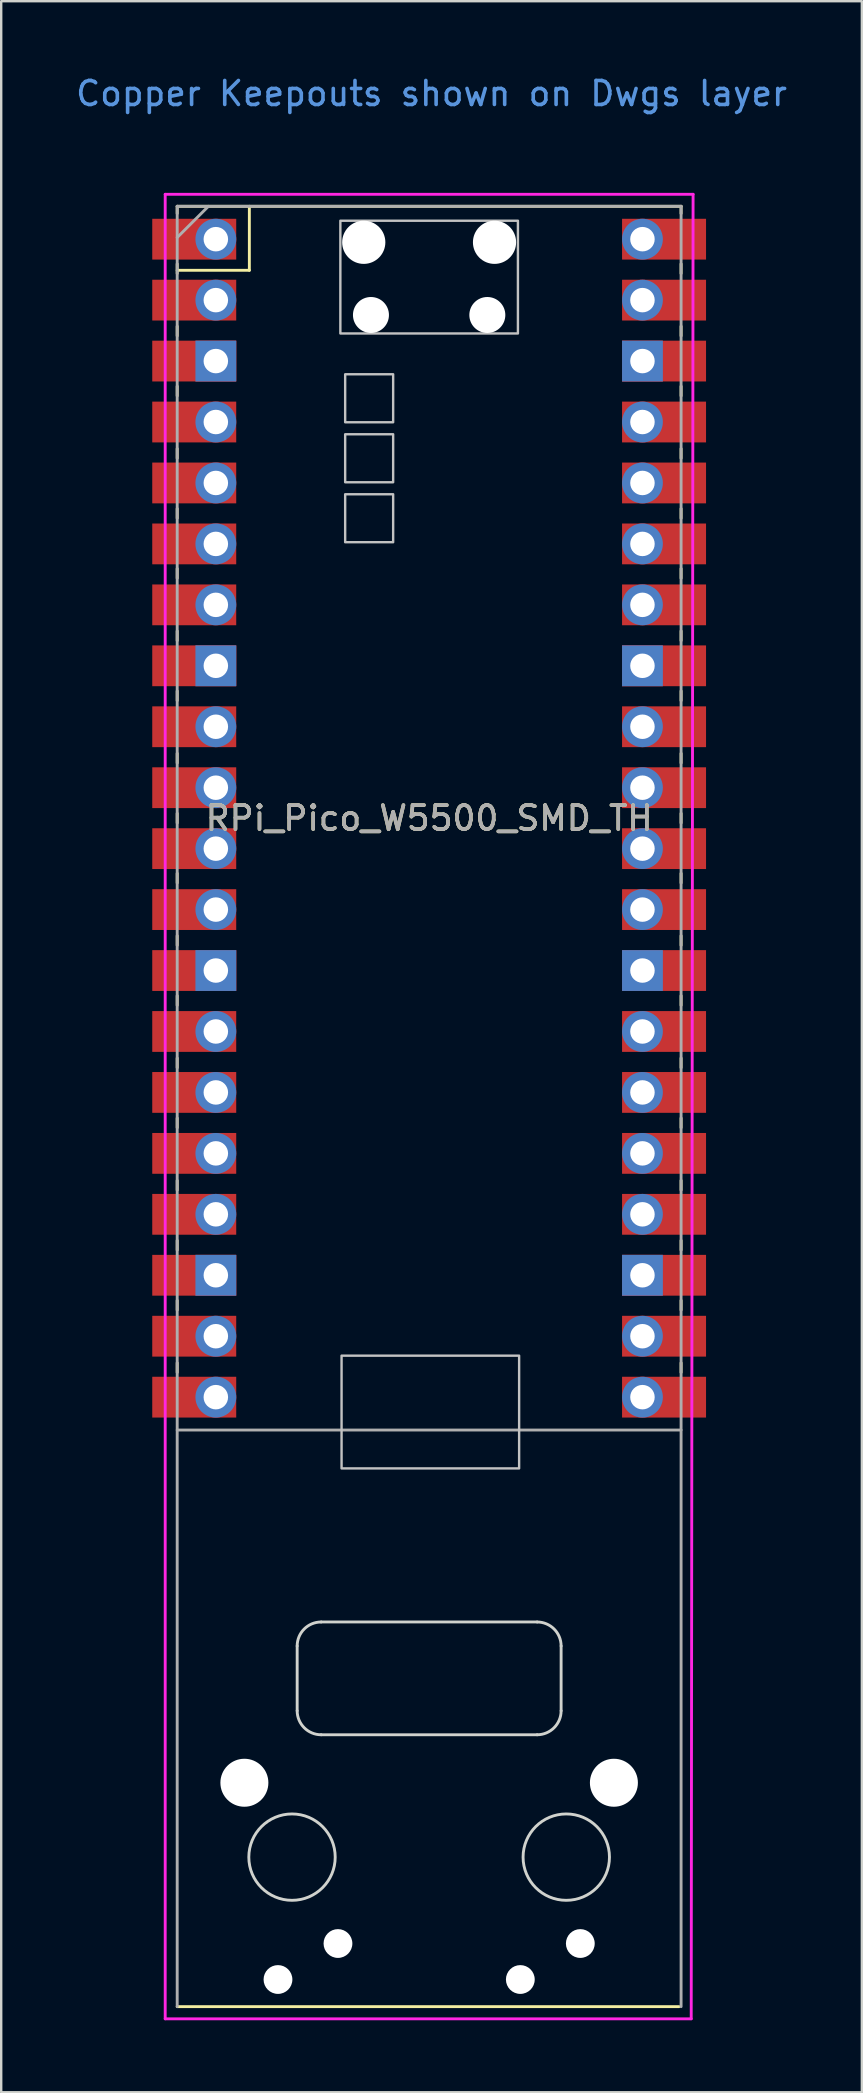
<source format=kicad_pcb>
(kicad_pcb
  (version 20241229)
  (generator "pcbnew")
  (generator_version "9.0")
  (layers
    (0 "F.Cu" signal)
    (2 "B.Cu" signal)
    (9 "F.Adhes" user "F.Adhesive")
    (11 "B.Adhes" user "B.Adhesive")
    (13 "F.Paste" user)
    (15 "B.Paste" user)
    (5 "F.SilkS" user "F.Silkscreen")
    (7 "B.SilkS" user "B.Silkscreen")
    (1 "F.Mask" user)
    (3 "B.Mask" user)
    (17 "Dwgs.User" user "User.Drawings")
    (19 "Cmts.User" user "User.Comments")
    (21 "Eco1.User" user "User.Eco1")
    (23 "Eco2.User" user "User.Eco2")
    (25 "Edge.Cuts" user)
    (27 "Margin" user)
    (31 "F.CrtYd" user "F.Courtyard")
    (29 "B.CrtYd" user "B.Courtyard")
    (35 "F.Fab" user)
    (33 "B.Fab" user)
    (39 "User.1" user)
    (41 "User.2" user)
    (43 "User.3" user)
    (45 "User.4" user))
  (footprint "RPi_Pico_W5500_SMD_TH"
    (layer "F.Cu")
    (at 14.835 31.048)
    (property "Reference" "RPi_Pico_W5500_SMD_TH" (at 0 0 0) (layer "F.SilkS") (effects (font (size 1 1) (thickness 0.15))))
    (attr smd)
    (fp_line (start -10.5 -25.5) (end -10.5 -25.2) (stroke (width 0.12) (type solid)) (layer "F.SilkS"))
    (fp_line (start -10.5 -25.5) (end 10.5 -25.5) (stroke (width 0.12) (type solid)) (layer "F.SilkS"))
    (fp_line (start -10.5 -23.1) (end -10.5 -22.7) (stroke (width 0.12) (type solid)) (layer "F.SilkS"))
    (fp_line (start -10.5 -22.833) (end -7.493 -22.833) (stroke (width 0.12) (type solid)) (layer "F.SilkS"))
    (fp_line (start -10.5 -20.5) (end -10.5 -20.1) (stroke (width 0.12) (type solid)) (layer "F.SilkS"))
    (fp_line (start -10.5 -18) (end -10.5 -17.6) (stroke (width 0.12) (type solid)) (layer "F.SilkS"))
    (fp_line (start -10.5 -15.4) (end -10.5 -15) (stroke (width 0.12) (type solid)) (layer "F.SilkS"))
    (fp_line (start -10.5 -12.9) (end -10.5 -12.5) (stroke (width 0.12) (type solid)) (layer "F.SilkS"))
    (fp_line (start -10.5 -10.4) (end -10.5 -10) (stroke (width 0.12) (type solid)) (layer "F.SilkS"))
    (fp_line (start -10.5 -7.8) (end -10.5 -7.4) (stroke (width 0.12) (type solid)) (layer "F.SilkS"))
    (fp_line (start -10.5 -5.3) (end -10.5 -4.9) (stroke (width 0.12) (type solid)) (layer "F.SilkS"))
    (fp_line (start -10.5 -2.7) (end -10.5 -2.3) (stroke (width 0.12) (type solid)) (layer "F.SilkS"))
    (fp_line (start -10.5 -0.2) (end -10.5 0.2) (stroke (width 0.12) (type solid)) (layer "F.SilkS"))
    (fp_line (start -10.5 2.3) (end -10.5 2.7) (stroke (width 0.12) (type solid)) (layer "F.SilkS"))
    (fp_line (start -10.5 4.9) (end -10.5 5.3) (stroke (width 0.12) (type solid)) (layer "F.SilkS"))
    (fp_line (start -10.5 7.4) (end -10.5 7.8) (stroke (width 0.12) (type solid)) (layer "F.SilkS"))
    (fp_line (start -10.5 10) (end -10.5 10.4) (stroke (width 0.12) (type solid)) (layer "F.SilkS"))
    (fp_line (start -10.5 12.5) (end -10.5 12.9) (stroke (width 0.12) (type solid)) (layer "F.SilkS"))
    (fp_line (start -10.5 15.1) (end -10.5 15.5) (stroke (width 0.12) (type solid)) (layer "F.SilkS"))
    (fp_line (start -10.5 17.6) (end -10.5 18) (stroke (width 0.12) (type solid)) (layer "F.SilkS"))
    (fp_line (start -10.5 20.1) (end -10.5 20.5) (stroke (width 0.12) (type solid)) (layer "F.SilkS"))
    (fp_line (start -10.5 22.7) (end -10.5 23.1) (stroke (width 0.12) (type solid)) (layer "F.SilkS"))
    (fp_line (start -7.493 -22.833) (end -7.493 -25.5) (stroke (width 0.12) (type solid)) (layer "F.SilkS"))
    (fp_line (start 10.414 49.53) (end -10.5 49.53) (stroke (width 0.12) (type solid)) (layer "F.SilkS"))
    (fp_line (start 10.5 -25.5) (end 10.5 -25.2) (stroke (width 0.12) (type solid)) (layer "F.SilkS"))
    (fp_line (start 10.5 -23.1) (end 10.5 -22.7) (stroke (width 0.12) (type solid)) (layer "F.SilkS"))
    (fp_line (start 10.5 -20.5) (end 10.5 -20.1) (stroke (width 0.12) (type solid)) (layer "F.SilkS"))
    (fp_line (start 10.5 -18) (end 10.5 -17.6) (stroke (width 0.12) (type solid)) (layer "F.SilkS"))
    (fp_line (start 10.5 -15.4) (end 10.5 -15) (stroke (width 0.12) (type solid)) (layer "F.SilkS"))
    (fp_line (start 10.5 -12.9) (end 10.5 -12.5) (stroke (width 0.12) (type solid)) (layer "F.SilkS"))
    (fp_line (start 10.5 -10.4) (end 10.5 -10) (stroke (width 0.12) (type solid)) (layer "F.SilkS"))
    (fp_line (start 10.5 -7.8) (end 10.5 -7.4) (stroke (width 0.12) (type solid)) (layer "F.SilkS"))
    (fp_line (start 10.5 -5.3) (end 10.5 -4.9) (stroke (width 0.12) (type solid)) (layer "F.SilkS"))
    (fp_line (start 10.5 -2.7) (end 10.5 -2.3) (stroke (width 0.12) (type solid)) (layer "F.SilkS"))
    (fp_line (start 10.5 -0.2) (end 10.5 0.2) (stroke (width 0.12) (type solid)) (layer "F.SilkS"))
    (fp_line (start 10.5 2.3) (end 10.5 2.7) (stroke (width 0.12) (type solid)) (layer "F.SilkS"))
    (fp_line (start 10.5 4.9) (end 10.5 5.3) (stroke (width 0.12) (type solid)) (layer "F.SilkS"))
    (fp_line (start 10.5 7.4) (end 10.5 7.8) (stroke (width 0.12) (type solid)) (layer "F.SilkS"))
    (fp_line (start 10.5 10) (end 10.5 10.4) (stroke (width 0.12) (type solid)) (layer "F.SilkS"))
    (fp_line (start 10.5 12.5) (end 10.5 12.9) (stroke (width 0.12) (type solid)) (layer "F.SilkS"))
    (fp_line (start 10.5 15.1) (end 10.5 15.5) (stroke (width 0.12) (type solid)) (layer "F.SilkS"))
    (fp_line (start 10.5 17.6) (end 10.5 18) (stroke (width 0.12) (type solid)) (layer "F.SilkS"))
    (fp_line (start 10.5 20.1) (end 10.5 20.5) (stroke (width 0.12) (type solid)) (layer "F.SilkS"))
    (fp_line (start 10.5 22.7) (end 10.5 23.1) (stroke (width 0.12) (type solid)) (layer "F.SilkS"))
    (fp_poly (pts (xy -1.5 -16.5) (xy -3.5 -16.5) (xy -3.5 -18.5) (xy -1.5 -18.5)) (stroke (width 0.1) (type solid)) (fill no) (layer "Dwgs.User"))
    (fp_poly (pts (xy -1.5 -14) (xy -3.5 -14) (xy -3.5 -16) (xy -1.5 -16)) (stroke (width 0.1) (type solid)) (fill no) (layer "Dwgs.User"))
    (fp_poly (pts (xy -1.5 -11.5) (xy -3.5 -11.5) (xy -3.5 -13.5) (xy -1.5 -13.5)) (stroke (width 0.1) (type solid)) (fill no) (layer "Dwgs.User"))
    (fp_poly (pts (xy 3.7 -20.2) (xy -3.7 -20.2) (xy -3.7 -24.9) (xy 3.7 -24.9)) (stroke (width 0.1) (type solid)) (fill no) (layer "Dwgs.User"))
    (fp_poly (pts (xy 3.75 27.1) (xy -3.65 27.1) (xy -3.65 22.4) (xy 3.75 22.4)) (stroke (width 0.1) (type solid)) (fill no) (layer "Dwgs.User"))
    (fp_line (start -5.5 37.2) (end -5.5 34.5) (stroke (width 0.12) (type default)) (layer "Edge.Cuts"))
    (fp_line (start -4.5 33.5) (end 4.5 33.5) (stroke (width 0.12) (type default)) (layer "Edge.Cuts"))
    (fp_line (start 4.5 38.2) (end -4.5 38.2) (stroke (width 0.12) (type default)) (layer "Edge.Cuts"))
    (fp_line (start 5.5 34.5) (end 5.5 37.2) (stroke (width 0.12) (type default)) (layer "Edge.Cuts"))
    (fp_arc (start -5.5 34.5) (mid -5.207107 33.792894) (end -4.5 33.5) (stroke (width 0.12) (type default)) (layer "Edge.Cuts"))
    (fp_arc (start -4.5 38.2) (mid -5.207107 37.907107) (end -5.5 37.2) (stroke (width 0.12) (type default)) (layer "Edge.Cuts"))
    (fp_arc (start 4.5 33.5) (mid 5.207107 33.792893) (end 5.5 34.5) (stroke (width 0.12) (type default)) (layer "Edge.Cuts"))
    (fp_arc (start 5.5 37.2) (mid 5.207107 37.907107) (end 4.5 38.2) (stroke (width 0.12) (type default)) (layer "Edge.Cuts"))
    (fp_circle (center -5.715 43.3) (end -3.915 43.3) (stroke (width 0.12) (type default)) (fill no) (layer "Edge.Cuts"))
    (fp_circle (center 5.715 43.3) (end 7.515 43.3) (stroke (width 0.12) (type default)) (fill no) (layer "Edge.Cuts"))
    (fp_line (start -11 -26) (end 11 -26) (stroke (width 0.12) (type solid)) (layer "F.CrtYd"))
    (fp_line (start -11 50.038) (end -11 -26) (stroke (width 0.12) (type solid)) (layer "F.CrtYd"))
    (fp_line (start 10.922 50.038) (end -11 50.038) (stroke (width 0.12) (type solid)) (layer "F.CrtYd"))
    (fp_line (start 11 -26) (end 10.922 50.038) (stroke (width 0.12) (type solid)) (layer "F.CrtYd"))
    (fp_line (start -10.5 -25.5) (end 10.5 -25.5) (stroke (width 0.12) (type solid)) (layer "F.Fab"))
    (fp_line (start -10.5 -24.2) (end -9.2 -25.5) (stroke (width 0.12) (type solid)) (layer "F.Fab"))
    (fp_line (start -10.5 49.53) (end -10.5 -25.5) (stroke (width 0.12) (type solid)) (layer "F.Fab"))
    (fp_line (start 10.5 -25.5) (end 10.5 49.53) (stroke (width 0.12) (type solid)) (layer "F.Fab"))
    (fp_line (start 10.5 25.5) (end -10.5 25.5) (stroke (width 0.12) (type solid)) (layer "F.Fab"))
    (fp_text user "Copper Keepouts shown on Dwgs layer" (at 0.1 -30.2 0) (layer "Cmts.User") (effects (font (size 1 1) (thickness 0.15))))
    (fp_text user "${REFERENCE}" (at 0 0 180) (layer "F.Fab") (effects (font (size 1 1) (thickness 0.15))))
    (pad "" np_thru_hole circle (at -7.7 40.2) (size 2 2) (drill 2) (layers "*.Cu" "*.Mask"))
    (pad "" np_thru_hole circle (at -6.3 48.4) (size 1.2 1.2) (drill 1.2) (layers "*.Cu" "*.Mask"))
    (pad "" np_thru_hole circle (at -3.8 46.9) (size 1.2 1.2) (drill 1.2) (layers "*.Cu" "*.Mask"))
    (pad "" np_thru_hole oval (at -2.725 -24) (size 1.8 1.8) (drill 1.8) (layers "*.Cu" "*.Mask"))
    (pad "" np_thru_hole oval (at -2.425 -20.97) (size 1.5 1.5) (drill 1.5) (layers "*.Cu" "*.Mask"))
    (pad "" np_thru_hole oval (at 2.425 -20.97) (size 1.5 1.5) (drill 1.5) (layers "*.Cu" "*.Mask"))
    (pad "" np_thru_hole oval (at 2.725 -24) (size 1.8 1.8) (drill 1.8) (layers "*.Cu" "*.Mask"))
    (pad "" np_thru_hole circle (at 3.8 48.4) (size 1.2 1.2) (drill 1.2) (layers "*.Cu" "*.Mask"))
    (pad "" np_thru_hole circle (at 6.3 46.9) (size 1.2 1.2) (drill 1.2) (layers "*.Cu" "*.Mask"))
    (pad "" np_thru_hole circle (at 7.7 40.2) (size 2 2) (drill 2) (layers "*.Cu" "*.Mask"))
    (pad "1" thru_hole oval (at -8.89 -24.13) (size 1.7 1.7) (drill 1.02) (layers "*.Cu" "*.Mask"))
    (pad "1" smd rect (at -8.89 -24.13) (size 3.5 1.7) (drill (offset -0.9 0)) (layers "F.Cu" "F.Mask"))
    (pad "2" thru_hole oval (at -8.89 -21.59) (size 1.7 1.7) (drill 1.02) (layers "*.Cu" "*.Mask"))
    (pad "2" smd rect (at -8.89 -21.59) (size 3.5 1.7) (drill (offset -0.9 0)) (layers "F.Cu" "F.Mask"))
    (pad "3" thru_hole rect (at -8.89 -19.05) (size 1.7 1.7) (drill 1.02) (layers "*.Cu" "*.Mask"))
    (pad "3" smd rect (at -8.89 -19.05) (size 3.5 1.7) (drill (offset -0.9 0)) (layers "F.Cu" "F.Mask"))
    (pad "4" thru_hole oval (at -8.89 -16.51) (size 1.7 1.7) (drill 1.02) (layers "*.Cu" "*.Mask"))
    (pad "4" smd rect (at -8.89 -16.51) (size 3.5 1.7) (drill (offset -0.9 0)) (layers "F.Cu" "F.Mask"))
    (pad "5" thru_hole oval (at -8.89 -13.97) (size 1.7 1.7) (drill 1.02) (layers "*.Cu" "*.Mask"))
    (pad "5" smd rect (at -8.89 -13.97) (size 3.5 1.7) (drill (offset -0.9 0)) (layers "F.Cu" "F.Mask"))
    (pad "6" thru_hole oval (at -8.89 -11.43) (size 1.7 1.7) (drill 1.02) (layers "*.Cu" "*.Mask"))
    (pad "6" smd rect (at -8.89 -11.43) (size 3.5 1.7) (drill (offset -0.9 0)) (layers "F.Cu" "F.Mask"))
    (pad "7" thru_hole oval (at -8.89 -8.89) (size 1.7 1.7) (drill 1.02) (layers "*.Cu" "*.Mask"))
    (pad "7" smd rect (at -8.89 -8.89) (size 3.5 1.7) (drill (offset -0.9 0)) (layers "F.Cu" "F.Mask"))
    (pad "8" thru_hole rect (at -8.89 -6.35) (size 1.7 1.7) (drill 1.02) (layers "*.Cu" "*.Mask"))
    (pad "8" smd rect (at -8.89 -6.35) (size 3.5 1.7) (drill (offset -0.9 0)) (layers "F.Cu" "F.Mask"))
    (pad "9" thru_hole oval (at -8.89 -3.81) (size 1.7 1.7) (drill 1.02) (layers "*.Cu" "*.Mask"))
    (pad "9" smd rect (at -8.89 -3.81) (size 3.5 1.7) (drill (offset -0.9 0)) (layers "F.Cu" "F.Mask"))
    (pad "10" thru_hole oval (at -8.89 -1.27) (size 1.7 1.7) (drill 1.02) (layers "*.Cu" "*.Mask"))
    (pad "10" smd rect (at -8.89 -1.27) (size 3.5 1.7) (drill (offset -0.9 0)) (layers "F.Cu" "F.Mask"))
    (pad "11" thru_hole oval (at -8.89 1.27) (size 1.7 1.7) (drill 1.02) (layers "*.Cu" "*.Mask"))
    (pad "11" smd rect (at -8.89 1.27) (size 3.5 1.7) (drill (offset -0.9 0)) (layers "F.Cu" "F.Mask"))
    (pad "12" thru_hole oval (at -8.89 3.81) (size 1.7 1.7) (drill 1.02) (layers "*.Cu" "*.Mask"))
    (pad "12" smd rect (at -8.89 3.81) (size 3.5 1.7) (drill (offset -0.9 0)) (layers "F.Cu" "F.Mask"))
    (pad "13" thru_hole rect (at -8.89 6.35) (size 1.7 1.7) (drill 1.02) (layers "*.Cu" "*.Mask"))
    (pad "13" smd rect (at -8.89 6.35) (size 3.5 1.7) (drill (offset -0.9 0)) (layers "F.Cu" "F.Mask"))
    (pad "14" thru_hole oval (at -8.89 8.89) (size 1.7 1.7) (drill 1.02) (layers "*.Cu" "*.Mask"))
    (pad "14" smd rect (at -8.89 8.89) (size 3.5 1.7) (drill (offset -0.9 0)) (layers "F.Cu" "F.Mask"))
    (pad "15" thru_hole oval (at -8.89 11.43) (size 1.7 1.7) (drill 1.02) (layers "*.Cu" "*.Mask"))
    (pad "15" smd rect (at -8.89 11.43) (size 3.5 1.7) (drill (offset -0.9 0)) (layers "F.Cu" "F.Mask"))
    (pad "16" thru_hole oval (at -8.89 13.97) (size 1.7 1.7) (drill 1.02) (layers "*.Cu" "*.Mask"))
    (pad "16" smd rect (at -8.89 13.97) (size 3.5 1.7) (drill (offset -0.9 0)) (layers "F.Cu" "F.Mask"))
    (pad "17" thru_hole oval (at -8.89 16.51) (size 1.7 1.7) (drill 1.02) (layers "*.Cu" "*.Mask"))
    (pad "17" smd rect (at -8.89 16.51) (size 3.5 1.7) (drill (offset -0.9 0)) (layers "F.Cu" "F.Mask"))
    (pad "18" thru_hole rect (at -8.89 19.05) (size 1.7 1.7) (drill 1.02) (layers "*.Cu" "*.Mask"))
    (pad "18" smd rect (at -8.89 19.05) (size 3.5 1.7) (drill (offset -0.9 0)) (layers "F.Cu" "F.Mask"))
    (pad "19" thru_hole oval (at -8.89 21.59) (size 1.7 1.7) (drill 1.02) (layers "*.Cu" "*.Mask"))
    (pad "19" smd rect (at -8.89 21.59) (size 3.5 1.7) (drill (offset -0.9 0)) (layers "F.Cu" "F.Mask"))
    (pad "20" thru_hole oval (at -8.89 24.13) (size 1.7 1.7) (drill 1.02) (layers "*.Cu" "*.Mask"))
    (pad "20" smd rect (at -8.89 24.13) (size 3.5 1.7) (drill (offset -0.9 0)) (layers "F.Cu" "F.Mask"))
    (pad "21" thru_hole oval (at 8.89 24.13) (size 1.7 1.7) (drill 1.02) (layers "*.Cu" "*.Mask"))
    (pad "21" smd rect (at 8.89 24.13) (size 3.5 1.7) (drill (offset 0.9 0)) (layers "F.Cu" "F.Mask"))
    (pad "22" thru_hole oval (at 8.89 21.59) (size 1.7 1.7) (drill 1.02) (layers "*.Cu" "*.Mask"))
    (pad "22" smd rect (at 8.89 21.59) (size 3.5 1.7) (drill (offset 0.9 0)) (layers "F.Cu" "F.Mask"))
    (pad "23" thru_hole rect (at 8.89 19.05) (size 1.7 1.7) (drill 1.02) (layers "*.Cu" "*.Mask"))
    (pad "23" smd rect (at 8.89 19.05) (size 3.5 1.7) (drill (offset 0.9 0)) (layers "F.Cu" "F.Mask"))
    (pad "24" thru_hole oval (at 8.89 16.51) (size 1.7 1.7) (drill 1.02) (layers "*.Cu" "*.Mask"))
    (pad "24" smd rect (at 8.89 16.51) (size 3.5 1.7) (drill (offset 0.9 0)) (layers "F.Cu" "F.Mask"))
    (pad "25" thru_hole oval (at 8.89 13.97) (size 1.7 1.7) (drill 1.02) (layers "*.Cu" "*.Mask"))
    (pad "25" smd rect (at 8.89 13.97) (size 3.5 1.7) (drill (offset 0.9 0)) (layers "F.Cu" "F.Mask"))
    (pad "26" thru_hole oval (at 8.89 11.43) (size 1.7 1.7) (drill 1.02) (layers "*.Cu" "*.Mask"))
    (pad "26" smd rect (at 8.89 11.43) (size 3.5 1.7) (drill (offset 0.9 0)) (layers "F.Cu" "F.Mask"))
    (pad "27" thru_hole oval (at 8.89 8.89) (size 1.7 1.7) (drill 1.02) (layers "*.Cu" "*.Mask"))
    (pad "27" smd rect (at 8.89 8.89) (size 3.5 1.7) (drill (offset 0.9 0)) (layers "F.Cu" "F.Mask"))
    (pad "28" thru_hole rect (at 8.89 6.35) (size 1.7 1.7) (drill 1.02) (layers "*.Cu" "*.Mask"))
    (pad "28" smd rect (at 8.89 6.35) (size 3.5 1.7) (drill (offset 0.9 0)) (layers "F.Cu" "F.Mask"))
    (pad "29" thru_hole oval (at 8.89 3.81) (size 1.7 1.7) (drill 1.02) (layers "*.Cu" "*.Mask"))
    (pad "29" smd rect (at 8.89 3.81) (size 3.5 1.7) (drill (offset 0.9 0)) (layers "F.Cu" "F.Mask"))
    (pad "30" thru_hole oval (at 8.89 1.27) (size 1.7 1.7) (drill 1.02) (layers "*.Cu" "*.Mask"))
    (pad "30" smd rect (at 8.89 1.27) (size 3.5 1.7) (drill (offset 0.9 0)) (layers "F.Cu" "F.Mask"))
    (pad "31" thru_hole oval (at 8.89 -1.27) (size 1.7 1.7) (drill 1.02) (layers "*.Cu" "*.Mask"))
    (pad "31" smd rect (at 8.89 -1.27) (size 3.5 1.7) (drill (offset 0.9 0)) (layers "F.Cu" "F.Mask"))
    (pad "32" thru_hole oval (at 8.89 -3.81) (size 1.7 1.7) (drill 1.02) (layers "*.Cu" "*.Mask"))
    (pad "32" smd rect (at 8.89 -3.81) (size 3.5 1.7) (drill (offset 0.9 0)) (layers "F.Cu" "F.Mask"))
    (pad "33" thru_hole rect (at 8.89 -6.35) (size 1.7 1.7) (drill 1.02) (layers "*.Cu" "*.Mask"))
    (pad "33" smd rect (at 8.89 -6.35) (size 3.5 1.7) (drill (offset 0.9 0)) (layers "F.Cu" "F.Mask"))
    (pad "34" thru_hole oval (at 8.89 -8.89) (size 1.7 1.7) (drill 1.02) (layers "*.Cu" "*.Mask"))
    (pad "34" smd rect (at 8.89 -8.89) (size 3.5 1.7) (drill (offset 0.9 0)) (layers "F.Cu" "F.Mask"))
    (pad "35" thru_hole oval (at 8.89 -11.43) (size 1.7 1.7) (drill 1.02) (layers "*.Cu" "*.Mask"))
    (pad "35" smd rect (at 8.89 -11.43) (size 3.5 1.7) (drill (offset 0.9 0)) (layers "F.Cu" "F.Mask"))
    (pad "36" thru_hole oval (at 8.89 -13.97) (size 1.7 1.7) (drill 1.02) (layers "*.Cu" "*.Mask"))
    (pad "36" smd rect (at 8.89 -13.97) (size 3.5 1.7) (drill (offset 0.9 0)) (layers "F.Cu" "F.Mask"))
    (pad "37" thru_hole oval (at 8.89 -16.51) (size 1.7 1.7) (drill 1.02) (layers "*.Cu" "*.Mask"))
    (pad "37" smd rect (at 8.89 -16.51) (size 3.5 1.7) (drill (offset 0.9 0)) (layers "F.Cu" "F.Mask"))
    (pad "38" thru_hole rect (at 8.89 -19.05) (size 1.7 1.7) (drill 1.02) (layers "*.Cu" "*.Mask"))
    (pad "38" smd rect (at 8.89 -19.05) (size 3.5 1.7) (drill (offset 0.9 0)) (layers "F.Cu" "F.Mask"))
    (pad "39" thru_hole oval (at 8.89 -21.59) (size 1.7 1.7) (drill 1.02) (layers "*.Cu" "*.Mask"))
    (pad "39" smd rect (at 8.89 -21.59) (size 3.5 1.7) (drill (offset 0.9 0)) (layers "F.Cu" "F.Mask"))
    (pad "40" thru_hole oval (at 8.89 -24.13) (size 1.7 1.7) (drill 1.02) (layers "*.Cu" "*.Mask"))
    (pad "40" smd rect (at 8.89 -24.13) (size 3.5 1.7) (drill (offset 0.9 0)) (layers "F.Cu" "F.Mask")))
  (gr_rect
    (start -3 -3)
    (end 32.869 84.146)
    (stroke (width 0.1) (type default))
    (fill no)
    (layer "Edge.Cuts")))
</source>
